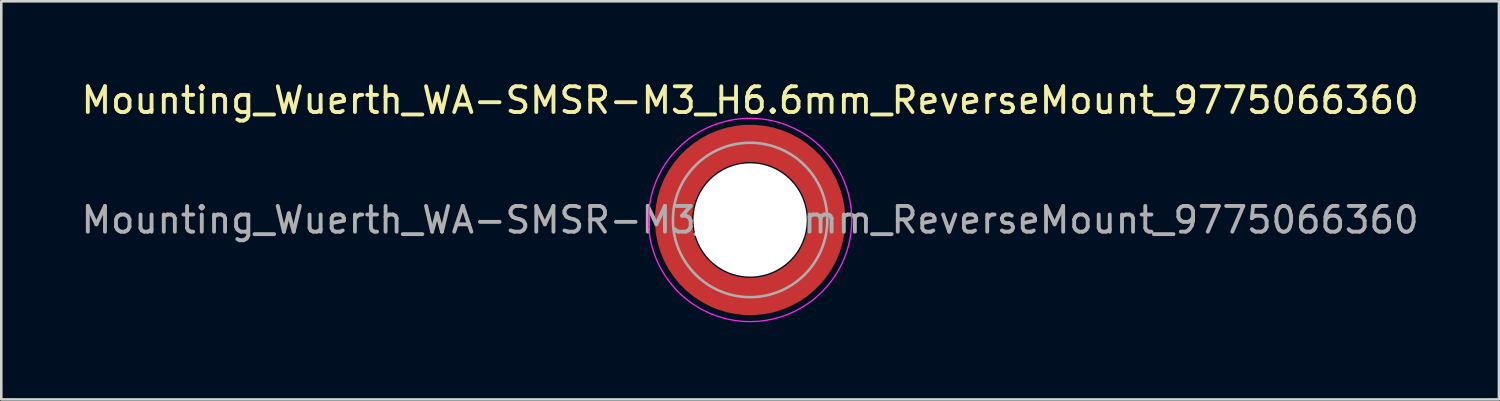
<source format=kicad_pcb>
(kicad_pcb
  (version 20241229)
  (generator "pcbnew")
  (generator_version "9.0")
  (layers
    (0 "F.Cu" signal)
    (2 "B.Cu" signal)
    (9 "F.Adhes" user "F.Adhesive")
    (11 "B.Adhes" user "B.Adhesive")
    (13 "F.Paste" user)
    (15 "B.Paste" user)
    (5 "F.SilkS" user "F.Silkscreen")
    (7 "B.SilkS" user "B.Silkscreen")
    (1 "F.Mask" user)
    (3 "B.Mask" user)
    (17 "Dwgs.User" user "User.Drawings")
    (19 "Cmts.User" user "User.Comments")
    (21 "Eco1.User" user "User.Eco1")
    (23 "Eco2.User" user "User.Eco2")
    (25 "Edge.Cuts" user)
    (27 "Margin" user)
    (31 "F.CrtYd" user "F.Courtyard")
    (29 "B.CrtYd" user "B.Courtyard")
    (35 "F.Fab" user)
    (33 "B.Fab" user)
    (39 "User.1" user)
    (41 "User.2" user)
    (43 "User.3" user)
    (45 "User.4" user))
  (footprint "Mounting_Wuerth_WA-SMSR-M3_H6.6mm_ReverseMount_9775066360"
    (layer "F.Cu")
    (at 26.101 5.498)
    (property "Reference" "Mounting_Wuerth_WA-SMSR-M3_H6.6mm_ReverseMount_9775066360" (at 0 -4.65 0) (layer "F.SilkS") (effects (font (size 1 1) (thickness 0.15))))
    (attr smd)
    (fp_circle (center 0 0) (end 3.95 0) (stroke (width 0.05) (type solid)) (fill no) (layer "F.CrtYd"))
    (fp_circle (center 0 0) (end 3 0) (stroke (width 0.1) (type solid)) (fill no) (layer "F.Fab"))
    (fp_text user "${REFERENCE}" (at 0 0 0) (layer "F.Fab") (effects (font (size 1 1) (thickness 0.15))))
    (pad "" smd custom (at -2.095 -2.095) (size 0.945 0.945) (layers "F.Paste") (options (anchor circle)) (primitives (gr_arc (start -0.24231 1.594804) (mid 0.404104 0.405534) (end 1.592827 -0.241886) (width 0.2)) (gr_arc (start -0.3398 1.594804) (mid 0.335987 0.338711) (end 1.591031 -0.339022) (width 0.2)) (gr_arc (start -0.437132 1.594804) (mid 0.268952 0.270807) (end 1.592231 -0.436623) (width 0.2)) (gr_arc (start -0.534324 1.594804) (mid 0.201345 0.203474) (end 1.591846 -0.53376) (width 0.2)) (gr_arc (start -0.631391 1.594804) (mid 0.134696 0.135183) (end 1.594126 -0.631267) (width 0.2)) (gr_arc (start -0.728345 1.594804) (mid 0.067234 0.067705) (end 1.594149 -0.728229) (width 0.2)) (gr_arc (start -0.825197 1.594804) (mid -0.001218 0.001219) (end 1.591408 -0.824614) (width 0.2)) (gr_arc (start -0.921958 1.594804) (mid -0.068952 -0.065985) (end 1.590665 -0.921269) (width 0.2)) (gr_arc (start -1.018637 1.594804) (mid -0.135972 -0.133907) (end 1.59192 -1.018172) (width 0.2)) (gr_arc (start -1.115239 1.594804) (mid -0.20428 -0.200537) (end 1.589574 -1.11442) (width 0.2)) (gr_arc (start -1.211773 1.594804) (mid -0.26993 -0.269828) (end 1.594662 -1.211751) (width 0.2)) (gr_arc (start -1.308244 1.594804) (mid -0.33911 -0.335587) (end 1.589875 -1.307516) (width 0.2)) (gr_arc (start -1.404657 1.594804) (mid -0.405633 -0.404004) (end 1.592524 -1.404331) (width 0.2)) (gr_arc (start -1.404657 1.594804) (mid -0.405633 -0.404004) (end 1.592524 -1.404331) (width 0.2)) (gr_line (start 1.595 -0.242) (end 1.595 -1.405) (width 0.2)) (gr_line (start -0.242 1.595) (end -1.405 1.595) (width 0.2))))
    (pad "" smd custom (at -2.095 2.095) (size 0.945 0.945) (layers "F.Paste") (options (anchor circle)) (primitives (gr_arc (start 1.594804 0.24231) (mid 0.405534 -0.404104) (end -0.241886 -1.592827) (width 0.2)) (gr_arc (start 1.594804 0.3398) (mid 0.338711 -0.335987) (end -0.339022 -1.591031) (width 0.2)) (gr_arc (start 1.594804 0.437132) (mid 0.270807 -0.268952) (end -0.436623 -1.592231) (width 0.2)) (gr_arc (start 1.594804 0.534324) (mid 0.203474 -0.201345) (end -0.53376 -1.591846) (width 0.2)) (gr_arc (start 1.594804 0.631391) (mid 0.135183 -0.134696) (end -0.631267 -1.594126) (width 0.2)) (gr_arc (start 1.594804 0.728345) (mid 0.067705 -0.067234) (end -0.728229 -1.594149) (width 0.2)) (gr_arc (start 1.594804 0.825197) (mid 0.001219 0.001218) (end -0.824614 -1.591408) (width 0.2)) (gr_arc (start 1.594804 0.921958) (mid -0.065985 0.068952) (end -0.921269 -1.590665) (width 0.2)) (gr_arc (start 1.594804 1.018637) (mid -0.133907 0.135972) (end -1.018172 -1.59192) (width 0.2)) (gr_arc (start 1.594804 1.115239) (mid -0.200537 0.20428) (end -1.11442 -1.589574) (width 0.2)) (gr_arc (start 1.594804 1.211773) (mid -0.269828 0.26993) (end -1.211751 -1.594662) (width 0.2)) (gr_arc (start 1.594804 1.308244) (mid -0.335587 0.33911) (end -1.307516 -1.589875) (width 0.2)) (gr_arc (start 1.594804 1.404657) (mid -0.404004 0.405633) (end -1.404331 -1.592524) (width 0.2)) (gr_arc (start 1.594804 1.404657) (mid -0.404004 0.405633) (end -1.404331 -1.592524) (width 0.2)) (gr_line (start -0.242 -1.595) (end -1.405 -1.595) (width 0.2)) (gr_line (start 1.595 0.242) (end 1.595 1.405) (width 0.2))))
    (pad "" np_thru_hole circle (at 0 0) (size 4.4 4.4) (drill 4.4) (layers "*.Cu" "*.Mask"))
    (pad "" smd custom (at 2.095 -2.095) (size 0.945 0.945) (layers "F.Paste") (options (anchor circle)) (primitives (gr_arc (start -1.594804 -0.24231) (mid -0.405534 0.404104) (end 0.241886 1.592827) (width 0.2)) (gr_arc (start -1.594804 -0.3398) (mid -0.338711 0.335987) (end 0.339022 1.591031) (width 0.2)) (gr_arc (start -1.594804 -0.437132) (mid -0.270807 0.268952) (end 0.436623 1.592231) (width 0.2)) (gr_arc (start -1.594804 -0.534324) (mid -0.203474 0.201345) (end 0.53376 1.591846) (width 0.2)) (gr_arc (start -1.594804 -0.631391) (mid -0.135183 0.134696) (end 0.631267 1.594126) (width 0.2)) (gr_arc (start -1.594804 -0.728345) (mid -0.067705 0.067234) (end 0.728229 1.594149) (width 0.2)) (gr_arc (start -1.594804 -0.825197) (mid -0.001219 -0.001218) (end 0.824614 1.591408) (width 0.2)) (gr_arc (start -1.594804 -0.921958) (mid 0.065985 -0.068952) (end 0.921269 1.590665) (width 0.2)) (gr_arc (start -1.594804 -1.018637) (mid 0.133907 -0.135972) (end 1.018172 1.59192) (width 0.2)) (gr_arc (start -1.594804 -1.115239) (mid 0.200537 -0.20428) (end 1.11442 1.589574) (width 0.2)) (gr_arc (start -1.594804 -1.211773) (mid 0.269828 -0.26993) (end 1.211751 1.594662) (width 0.2)) (gr_arc (start -1.594804 -1.308244) (mid 0.335587 -0.33911) (end 1.307516 1.589875) (width 0.2)) (gr_arc (start -1.594804 -1.404657) (mid 0.404004 -0.405633) (end 1.404331 1.592524) (width 0.2)) (gr_arc (start -1.594804 -1.404657) (mid 0.404004 -0.405633) (end 1.404331 1.592524) (width 0.2)) (gr_line (start 0.242 1.595) (end 1.405 1.595) (width 0.2)) (gr_line (start -1.595 -0.242) (end -1.595 -1.405) (width 0.2))))
    (pad "" smd custom (at 2.095 2.095) (size 0.945 0.945) (layers "F.Paste") (options (anchor circle)) (primitives (gr_arc (start 0.24231 -1.594804) (mid -0.404104 -0.405534) (end -1.592827 0.241886) (width 0.2)) (gr_arc (start 0.3398 -1.594804) (mid -0.335987 -0.338711) (end -1.591031 0.339022) (width 0.2)) (gr_arc (start 0.437132 -1.594804) (mid -0.268952 -0.270807) (end -1.592231 0.436623) (width 0.2)) (gr_arc (start 0.534324 -1.594804) (mid -0.201345 -0.203474) (end -1.591846 0.53376) (width 0.2)) (gr_arc (start 0.631391 -1.594804) (mid -0.134696 -0.135183) (end -1.594126 0.631267) (width 0.2)) (gr_arc (start 0.728345 -1.594804) (mid -0.067234 -0.067705) (end -1.594149 0.728229) (width 0.2)) (gr_arc (start 0.825197 -1.594804) (mid 0.001218 -0.001219) (end -1.591408 0.824614) (width 0.2)) (gr_arc (start 0.921958 -1.594804) (mid 0.068952 0.065985) (end -1.590665 0.921269) (width 0.2)) (gr_arc (start 1.018637 -1.594804) (mid 0.135972 0.133907) (end -1.59192 1.018172) (width 0.2)) (gr_arc (start 1.115239 -1.594804) (mid 0.20428 0.200537) (end -1.589574 1.11442) (width 0.2)) (gr_arc (start 1.211773 -1.594804) (mid 0.26993 0.269828) (end -1.594662 1.211751) (width 0.2)) (gr_arc (start 1.308244 -1.594804) (mid 0.33911 0.335587) (end -1.589875 1.307516) (width 0.2)) (gr_arc (start 1.404657 -1.594804) (mid 0.405633 0.404004) (end -1.592524 1.404331) (width 0.2)) (gr_arc (start 1.404657 -1.594804) (mid 0.405633 0.404004) (end -1.592524 1.404331) (width 0.2)) (gr_line (start -1.595 0.242) (end -1.595 1.405) (width 0.2)) (gr_line (start 0.242 -1.595) (end 1.405 -1.595) (width 0.2))))
    (pad "1" smd circle (at -2.975 0) (size 1.05 1.05) (layers "F.Cu"))
    (pad "1" smd circle (at 0 -2.975) (size 1.05 1.05) (layers "F.Cu"))
    (pad "1" smd circle (at 0 2.975) (size 1.05 1.05) (layers "F.Cu"))
    (pad "1" smd custom (at 2.975 0) (size 1.05 1.05) (layers "F.Cu" "F.Mask") (options (anchor circle)) (primitives (gr_circle (center -2.975 0) (end 0 0) (width 1.45) (fill no)))))
  (gr_rect
    (start -3 -3)
    (end 55.202 12.473)
    (stroke (width 0.1) (type default))
    (fill no)
    (layer "Edge.Cuts")))
</source>
